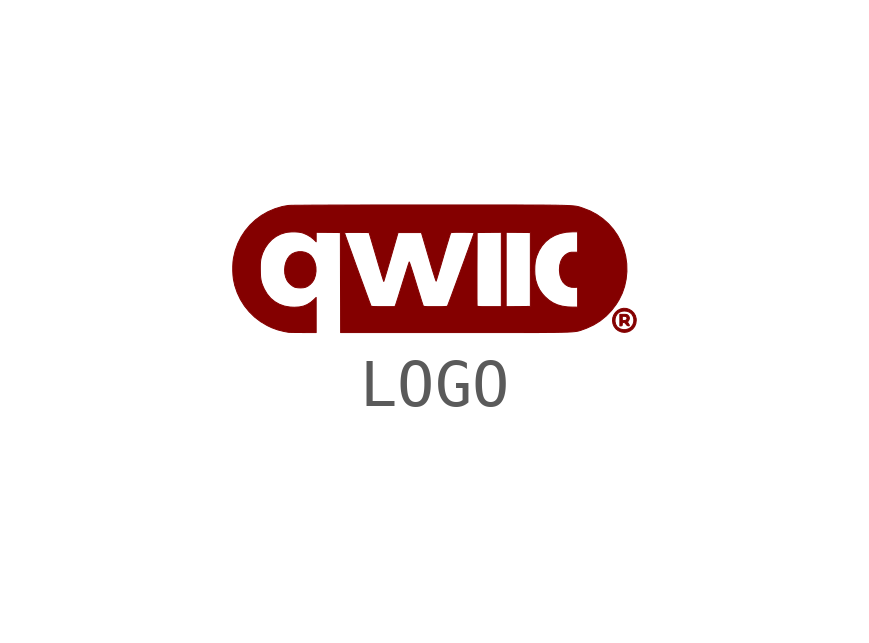
<source format=kicad_sym>
(kicad_symbol_lib
  (version 20220914)
  (generator bitmap2component)
  (symbol "LOGO"
    (pin_names
      (offset 1.016))
    (property "Reference" "#G"
      (at 0 1.585 0)
      (effects (font (size 1.27 1.27)) hide))
    (symbol "LOGO_0_0"
      (polyline (pts (xy 0.492 -1.4) (xy 0.501 -1.4) (xy 0.764 -1.4) (xy 1.007 -1.4) (xy 1.231 -1.4) (xy 1.438 -1.4) (xy 1.628 -1.4) (xy 1.802 -1.4) (xy 1.961 -1.399) (xy 2.105 -1.399) (xy 2.236 -1.399) (xy 2.353 -1.398) (xy 2.459 -1.397) (xy 2.553 -1.397) (xy 2.636 -1.395) (xy 2.71 -1.394) (xy 2.774 -1.392) (xy 2.831 -1.391) (xy 2.88 -1.388) (xy 2.922 -1.386) (xy 2.958 -1.383) (xy 2.989 -1.38) (xy 3.016 -1.377) (xy 3.039 -1.373) (xy 3.06 -1.369) (xy 3.078 -1.364) (xy 3.096 -1.359) (xy 3.113 -1.354) (xy 3.13 -1.348) (xy 3.148 -1.341) (xy 3.168 -1.334) (xy 3.237 -1.309) (xy 3.384 -1.241) (xy 3.521 -1.156) (xy 3.645 -1.055) (xy 3.757 -0.939) (xy 3.855 -0.81) (xy 3.912 -0.718) (xy 3.98 -0.58) (xy 4.029 -0.438) (xy 4.061 -0.289) (xy 4.077 -0.13) (xy 4.077 -0.127) (xy 4.074 0.035) (xy 4.052 0.193) (xy 4.013 0.345) (xy 3.956 0.489) (xy 3.884 0.625) (xy 3.796 0.752) (xy 3.694 0.868) (xy 3.578 0.971) (xy 3.45 1.061) (xy 3.31 1.136) (xy 3.16 1.194) (xy 3.142 1.2) (xy 3.125 1.206) (xy 3.108 1.212) (xy 3.092 1.217) (xy 3.076 1.222) (xy 3.059 1.226) (xy 3.041 1.23) (xy 3.019 1.234) (xy 2.995 1.237) (xy 2.967 1.24) (xy 2.935 1.243) (xy 2.897 1.246) (xy 2.854 1.248) (xy 2.803 1.25) (xy 2.746 1.252) (xy 2.68 1.253) (xy 2.606 1.255) (xy 2.523 1.256) (xy 2.429 1.257) (xy 2.324 1.258) (xy 2.208 1.258) (xy 2.08 1.259) (xy 1.938 1.259) (xy 1.783 1.26) (xy 1.614 1.26) (xy 1.429 1.26) (xy 1.229 1.26) (xy 1.012 1.26) (xy 0.779 1.26) (xy 0.527 1.26) (xy 0.257 1.26) (xy -0.033 1.26) (xy -0.129 1.26) (xy -0.443 1.26) (xy -0.736 1.26) (xy -1.011 1.26) (xy -1.266 1.26) (xy -1.502 1.259) (xy -1.72 1.259) (xy -1.92 1.258) (xy -2.101 1.258) (xy -2.265 1.257) (xy -2.412 1.257) (xy -2.541 1.256) (xy -2.653 1.255) (xy -2.748 1.254) (xy -2.828 1.254) (xy -2.891 1.253) (xy -2.938 1.252) (xy -2.97 1.25) (xy -2.986 1.249) (xy -3.108 1.227) (xy -3.261 1.181) (xy -3.406 1.119) (xy -3.542 1.041) (xy -3.666 0.949) (xy -3.779 0.843) (xy -3.879 0.724) (xy -3.964 0.595) (xy -4.034 0.455) (xy -4.088 0.307) (xy -4.124 0.151) (xy -4.134 0.072) (xy -4.139 -0.019) (xy -4.139 -0.115) (xy -4.134 -0.207) (xy -4.125 -0.287) (xy -4.097 -0.418) (xy -4.046 -0.568) (xy -3.979 -0.71) (xy -3.895 -0.844) (xy -3.796 -0.966) (xy -3.683 -1.077) (xy -3.557 -1.173) (xy -3.42 -1.254) (xy -3.323 -1.3) (xy -3.202 -1.344) (xy -3.082 -1.374) (xy -3.076 -1.376) (xy -3.037 -1.383) (xy -3.004 -1.389) (xy -2.985 -1.393) (xy -2.984 -1.393) (xy -2.967 -1.395) (xy -2.933 -1.396) (xy -2.885 -1.397) (xy -2.825 -1.398) (xy -2.757 -1.398) (xy -2.683 -1.399) (xy -2.4 -1.4) (xy -2.4 -1.033) (xy -2.4 -0.667) (xy -2.458 -0.722) (xy -2.511 -0.768) (xy -2.585 -0.815) (xy -2.665 -0.848) (xy -2.753 -0.866) (xy -2.855 -0.872) (xy -2.943 -0.868) (xy -3.06 -0.848) (xy -3.166 -0.81) (xy -3.262 -0.755) (xy -3.347 -0.685) (xy -3.42 -0.598) (xy -3.481 -0.495) (xy -3.486 -0.483) (xy -3.514 -0.421) (xy -3.535 -0.364) (xy -3.549 -0.306) (xy -3.558 -0.242) (xy -3.562 -0.169) (xy -3.564 -0.08) (xy -3.564 -0.027) (xy -3.563 0.029) (xy -3.56 0.073) (xy -3.556 0.109) (xy -3.55 0.141) (xy -3.542 0.175) (xy -3.514 0.261) (xy -3.463 0.366) (xy -3.398 0.459) (xy -3.322 0.539) (xy -3.235 0.604) (xy -3.139 0.653) (xy -3.035 0.685) (xy -2.991 0.692) (xy -2.919 0.698) (xy -2.843 0.699) (xy -2.771 0.694) (xy -2.711 0.685) (xy -2.667 0.672) (xy -2.589 0.638) (xy -2.515 0.594) (xy -2.453 0.544) (xy -2.4 0.492) (xy -2.4 0.591) (xy -2.4 0.69) (xy -2.147 0.688) (xy -1.895 0.685) (xy -1.895 0.68) (xy -1.81 0.68) (xy -1.81 0.681) (xy -1.797 0.684) (xy -1.764 0.686) (xy -1.713 0.688) (xy -1.642 0.688) (xy -1.554 0.688) (xy -1.297 0.685) (xy -1.146 0.173) (xy -1.132 0.125) (xy -1.104 0.03) (xy -1.078 -0.057) (xy -1.054 -0.135) (xy -1.034 -0.203) (xy -1.016 -0.258) (xy -1.003 -0.3) (xy -0.994 -0.326) (xy -0.991 -0.334) (xy -0.99 -0.332) (xy -0.984 -0.314) (xy -0.973 -0.279) (xy -0.959 -0.23) (xy -0.94 -0.167) (xy -0.918 -0.093) (xy -0.894 -0.01) (xy -0.867 0.081) (xy -0.839 0.178) (xy -0.693 0.685) (xy -0.449 0.685) (xy -0.206 0.685) (xy -0.056 0.172) (xy -0.041 0.122) (xy -0.014 0.028) (xy 0.012 -0.058) (xy 0.036 -0.136) (xy 0.057 -0.202) (xy 0.074 -0.256) (xy 0.088 -0.297) (xy 0.097 -0.321) (xy 0.101 -0.328) (xy 0.101 -0.327) (xy 0.106 -0.311) (xy 0.117 -0.278) (xy 0.131 -0.23) (xy 0.15 -0.169) (xy 0.171 -0.096) (xy 0.196 -0.014) (xy 0.222 0.075) (xy 0.25 0.17) (xy 0.256 0.192) (xy 0.284 0.286) (xy 0.31 0.374) (xy 0.334 0.455) (xy 0.356 0.525) (xy 0.373 0.584) (xy 0.388 0.63) (xy 0.397 0.66) (xy 0.402 0.672) (xy 0.404 0.676) (xy 0.411 0.681) (xy 0.423 0.684) (xy 0.443 0.687) (xy 0.473 0.689) (xy 0.516 0.69) (xy 0.574 0.69) (xy 0.65 0.69) (xy 0.695 0.69) (xy 0.758 0.689) (xy 0.812 0.688) (xy 0.854 0.686) (xy 0.882 0.685) (xy 0.893 0.682) (xy 0.891 0.675) (xy 0.883 0.651) (xy 0.869 0.611) (xy 0.85 0.557) (xy 0.827 0.491) (xy 0.799 0.415) (xy 0.769 0.329) (xy 0.735 0.237) (xy 0.7 0.139) (xy 0.663 0.037) (xy 0.625 -0.067) (xy 0.588 -0.17) (xy 0.55 -0.273) (xy 0.514 -0.372) (xy 0.496 -0.421) (xy 0.952 -0.421) (xy 0.952 -0.313) (xy 0.952 -0.197) (xy 0.952 -0.075) (xy 0.955 0.685) (xy 1.208 0.688) (xy 1.46 0.69) (xy 1.46 -0.085) (xy 1.46 -0.86) (xy 1.21 -0.86) (xy 1.186 -0.86) (xy 1.109 -0.86) (xy 1.05 -0.859) (xy 1.007 -0.857) (xy 0.978 -0.855) (xy 0.961 -0.852) (xy 0.955 -0.848) (xy 0.955 -0.847) (xy 0.954 -0.833) (xy 0.953 -0.801) (xy 0.953 -0.752) (xy 0.952 -0.688) (xy 0.952 -0.611) (xy 0.952 -0.521) (xy 0.952 -0.421) (xy 0.496 -0.421) (xy 0.479 -0.466) (xy 0.447 -0.554) (xy 0.418 -0.634) (xy 0.392 -0.703) (xy 0.37 -0.761) (xy 0.353 -0.806) (xy 0.342 -0.835) (xy 0.336 -0.848) (xy 0.329 -0.852) (xy 0.31 -0.855) (xy 0.278 -0.857) (xy 0.231 -0.859) (xy 0.167 -0.86) (xy 0.085 -0.86) (xy 0.026 -0.86) (xy -0.037 -0.86) (xy -0.085 -0.859) (xy -0.119 -0.857) (xy -0.142 -0.855) (xy -0.156 -0.852) (xy -0.164 -0.848) (xy -0.168 -0.843) (xy -0.173 -0.831) (xy -0.182 -0.801) (xy -0.197 -0.757) (xy -0.215 -0.699) (xy -0.236 -0.629) (xy -0.261 -0.55) (xy -0.288 -0.464) (xy -0.316 -0.373) (xy -0.316 -0.372) (xy -0.344 -0.282) (xy -0.37 -0.197) (xy -0.394 -0.121) (xy -0.415 -0.055) (xy -0.433 -0.001) (xy -0.447 0.04) (xy -0.456 0.065) (xy -0.461 0.072) (xy -0.463 0.066) (xy -0.471 0.041) (xy -0.485 0.001) (xy -0.502 -0.052) (xy -0.522 -0.118) (xy -0.546 -0.193) (xy -0.572 -0.276) (xy -0.6 -0.365) (xy -0.62 -0.431) (xy -0.647 -0.517) (xy -0.672 -0.598) (xy -0.694 -0.669) (xy -0.714 -0.73) (xy -0.729 -0.778) (xy -0.74 -0.811) (xy -0.746 -0.828) (xy -0.759 -0.86) (xy -1.004 -0.86) (xy -1.042 -0.86) (xy -1.111 -0.859) (xy -1.169 -0.858) (xy -1.214 -0.856) (xy -1.243 -0.853) (xy -1.255 -0.851) (xy -1.258 -0.842) (xy -1.268 -0.817) (xy -1.283 -0.775) (xy -1.304 -0.721) (xy -1.328 -0.653) (xy -1.357 -0.576) (xy -1.388 -0.489) (xy -1.422 -0.396) (xy -1.458 -0.298) (xy -1.495 -0.196) (xy -1.533 -0.092) (xy -1.571 0.012) (xy -1.608 0.115) (xy -1.643 0.214) (xy -1.677 0.308) (xy -1.709 0.395) (xy -1.737 0.474) (xy -1.762 0.542) (xy -1.782 0.599) (xy -1.797 0.642) (xy -1.807 0.67) (xy -1.81 0.68) (xy -1.895 0.68) (xy -1.893 -0.357) (xy -1.891 -0.86) (xy 1.56 -0.86) (xy 1.56 -0.085) (xy 1.56 0.69) (xy 1.812 0.688) (xy 2.065 0.685) (xy 2.065 -0.085) (xy 2.065 -0.099) (xy 2.156 -0.099) (xy 2.158 -0.013) (xy 2.166 0.068) (xy 2.179 0.135) (xy 2.196 0.193) (xy 2.245 0.307) (xy 2.308 0.408) (xy 2.384 0.495) (xy 2.474 0.568) (xy 2.575 0.625) (xy 2.688 0.666) (xy 2.812 0.692) (xy 2.946 0.7) (xy 3.05 0.7) (xy 3.05 0.487) (xy 3.05 0.275) (xy 2.967 0.275) (xy 2.962 0.275) (xy 2.919 0.274) (xy 2.888 0.269) (xy 2.861 0.26) (xy 2.831 0.245) (xy 2.783 0.211) (xy 2.734 0.156) (xy 2.699 0.087) (xy 2.677 0.005) (xy 2.67 -0.09) (xy 2.671 -0.116) (xy 2.682 -0.205) (xy 2.707 -0.283) (xy 2.744 -0.348) (xy 2.793 -0.399) (xy 2.852 -0.435) (xy 2.92 -0.455) (xy 2.996 -0.458) (xy 3.05 -0.453) (xy 3.05 -0.662) (xy 3.05 -0.87) (xy 2.938 -0.869) (xy 2.841 -0.865) (xy 2.728 -0.849) (xy 2.628 -0.821) (xy 2.536 -0.779) (xy 2.451 -0.723) (xy 2.369 -0.65) (xy 2.318 -0.594) (xy 2.259 -0.511) (xy 2.213 -0.42) (xy 2.179 -0.315) (xy 2.168 -0.262) (xy 2.159 -0.184) (xy 2.156 -0.099) (xy 2.065 -0.099) (xy 2.065 -0.855) (xy 1.812 -0.858) (xy 1.56 -0.86) (xy -1.891 -0.86) (xy -1.89 -1.4) (xy 0.492 -1.4)) (stroke (width 0.01) (type default)) (fill (type outline)))
      (polyline (pts (xy 4.091 -1.387) (xy 4.149 -1.362) (xy 4.199 -1.323) (xy 4.238 -1.273) (xy 4.263 -1.212) (xy 4.272 -1.144) (xy 4.27 -1.108) (xy 4.253 -1.045) (xy 4.221 -0.991) (xy 4.178 -0.948) (xy 4.126 -0.916) (xy 4.068 -0.897) (xy 4.006 -0.894) (xy 3.945 -0.907) (xy 3.885 -0.938) (xy 3.837 -0.981) (xy 3.802 -1.035) (xy 3.782 -1.093) (xy 3.777 -1.155) (xy 3.779 -1.167) (xy 3.829 -1.167) (xy 3.831 -1.11) (xy 3.848 -1.055) (xy 3.879 -1.006) (xy 3.879 -1.006) (xy 3.919 -0.975) (xy 3.97 -0.956) (xy 4.025 -0.95) (xy 4.081 -0.956) (xy 4.131 -0.975) (xy 4.171 -1.006) (xy 4.179 -1.016) (xy 4.209 -1.069) (xy 4.222 -1.125) (xy 4.219 -1.182) (xy 4.201 -1.235) (xy 4.168 -1.282) (xy 4.121 -1.317) (xy 4.114 -1.32) (xy 4.056 -1.338) (xy 3.995 -1.339) (xy 3.937 -1.323) (xy 3.886 -1.291) (xy 3.866 -1.27) (xy 3.841 -1.222) (xy 3.829 -1.167) (xy 3.779 -1.167) (xy 3.786 -1.215) (xy 3.809 -1.271) (xy 3.846 -1.321) (xy 3.896 -1.36) (xy 3.958 -1.386) (xy 3.959 -1.387) (xy 4.026 -1.396) (xy 4.091 -1.387)) (stroke (width 0.01) (type default)) (fill (type outline)))
      (polyline (pts (xy -2.665 -0.465) (xy -2.617 -0.454) (xy -2.571 -0.431) (xy -2.521 -0.393) (xy -2.477 -0.346) (xy -2.446 -0.295) (xy -2.444 -0.292) (xy -2.416 -0.21) (xy -2.403 -0.122) (xy -2.405 -0.035) (xy -2.423 0.05) (xy -2.455 0.128) (xy -2.501 0.194) (xy -2.509 0.203) (xy -2.562 0.244) (xy -2.626 0.272) (xy -2.696 0.286) (xy -2.768 0.286) (xy -2.839 0.27) (xy -2.904 0.24) (xy -2.956 0.196) (xy -2.998 0.138) (xy -3.03 0.068) (xy -3.05 -0.008) (xy -3.058 -0.088) (xy -3.054 -0.169) (xy -3.036 -0.246) (xy -3.005 -0.316) (xy -2.977 -0.354) (xy -2.936 -0.396) (xy -2.89 -0.431) (xy -2.847 -0.454) (xy -2.833 -0.458) (xy -2.781 -0.466) (xy -2.723 -0.469) (xy -2.665 -0.465)) (stroke (width 0.01) (type default)) (fill (type outline)))
      (polyline (pts (xy 3.97 -1.258) (xy 3.978 -1.249) (xy 3.98 -1.225) (xy 3.982 -1.202) (xy 3.99 -1.192) (xy 4.009 -1.19) (xy 4.02 -1.191) (xy 4.041 -1.2) (xy 4.06 -1.225) (xy 4.061 -1.226) (xy 4.083 -1.252) (xy 4.106 -1.26) (xy 4.12 -1.259) (xy 4.128 -1.254) (xy 4.125 -1.24) (xy 4.109 -1.214) (xy 4.088 -1.18) (xy 4.109 -1.154) (xy 4.111 -1.151) (xy 4.128 -1.114) (xy 4.126 -1.077) (xy 4.105 -1.044) (xy 4.104 -1.043) (xy 4.089 -1.031) (xy 4.072 -1.024) (xy 4.045 -1.021) (xy 4.005 -1.02) (xy 3.93 -1.02) (xy 3.93 -1.06) (xy 3.98 -1.06) (xy 4.018 -1.06) (xy 4.023 -1.06) (xy 4.051 -1.064) (xy 4.068 -1.072) (xy 4.069 -1.073) (xy 4.079 -1.096) (xy 4.076 -1.122) (xy 4.061 -1.14) (xy 4.04 -1.147) (xy 4.011 -1.15) (xy 3.999 -1.15) (xy 3.986 -1.146) (xy 3.981 -1.133) (xy 3.98 -1.105) (xy 3.98 -1.06) (xy 3.93 -1.06) (xy 3.93 -1.14) (xy 3.93 -1.26) (xy 3.955 -1.26) (xy 3.97 -1.258)) (stroke (width 0.01) (type default)) (fill (type outline))))))
</source>
